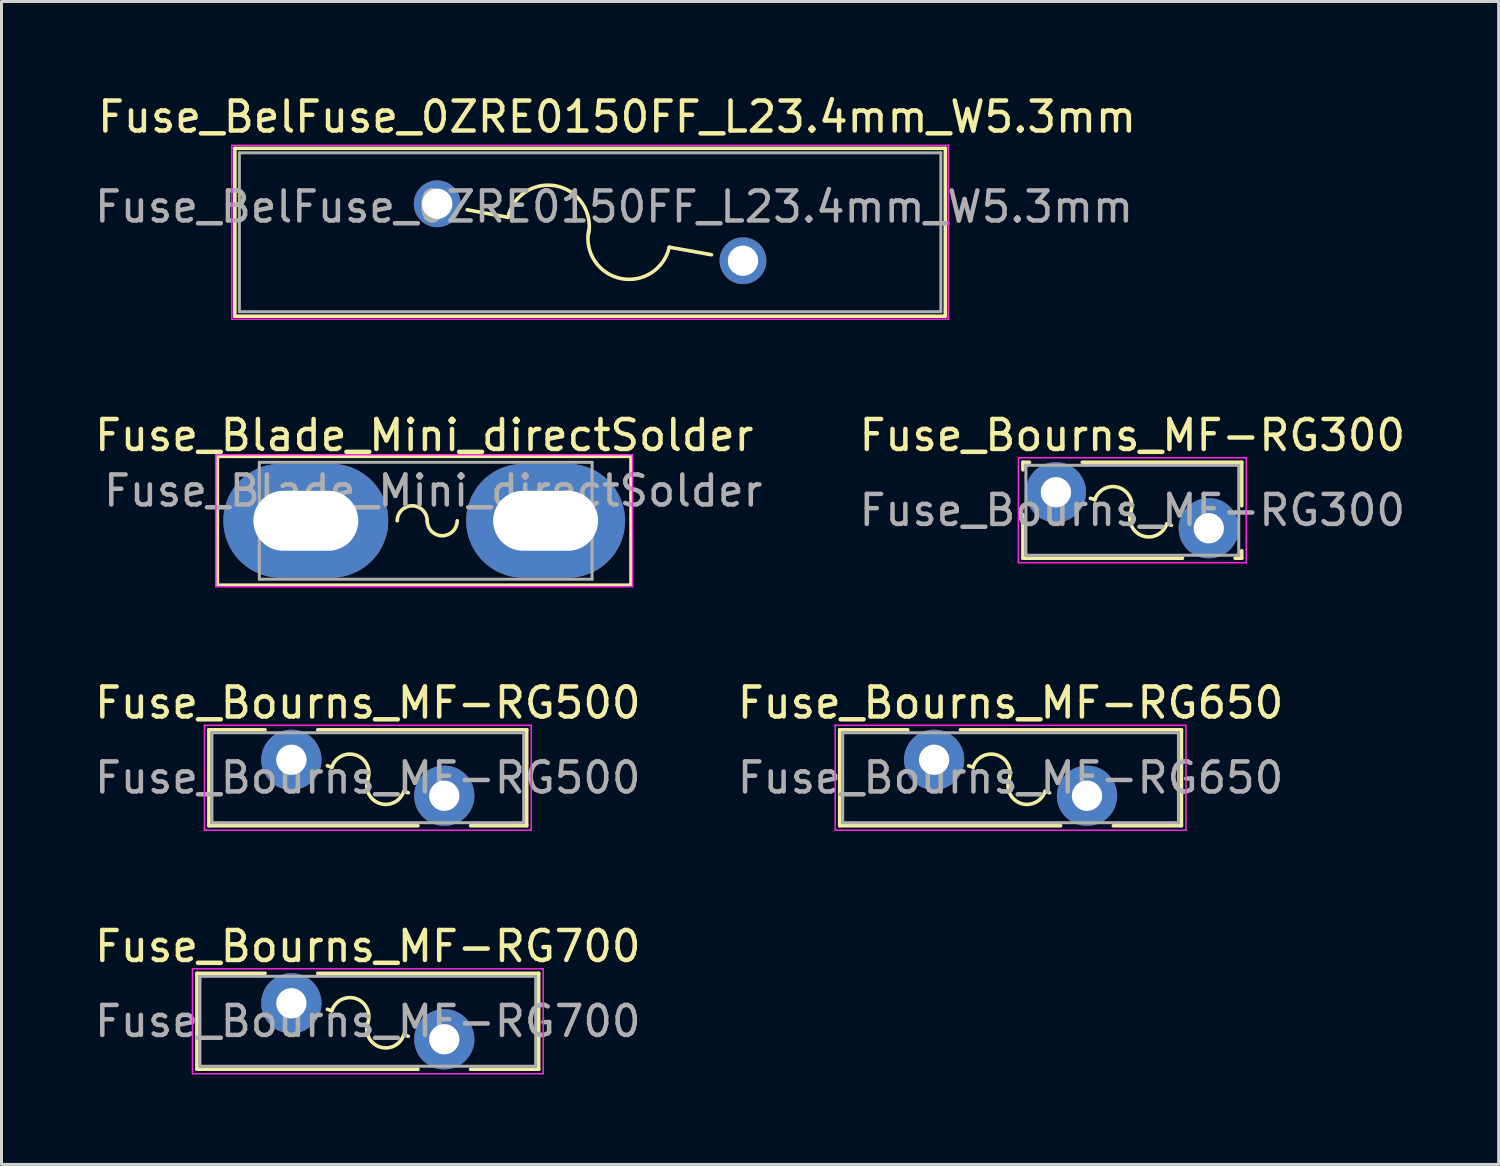
<source format=kicad_pcb>
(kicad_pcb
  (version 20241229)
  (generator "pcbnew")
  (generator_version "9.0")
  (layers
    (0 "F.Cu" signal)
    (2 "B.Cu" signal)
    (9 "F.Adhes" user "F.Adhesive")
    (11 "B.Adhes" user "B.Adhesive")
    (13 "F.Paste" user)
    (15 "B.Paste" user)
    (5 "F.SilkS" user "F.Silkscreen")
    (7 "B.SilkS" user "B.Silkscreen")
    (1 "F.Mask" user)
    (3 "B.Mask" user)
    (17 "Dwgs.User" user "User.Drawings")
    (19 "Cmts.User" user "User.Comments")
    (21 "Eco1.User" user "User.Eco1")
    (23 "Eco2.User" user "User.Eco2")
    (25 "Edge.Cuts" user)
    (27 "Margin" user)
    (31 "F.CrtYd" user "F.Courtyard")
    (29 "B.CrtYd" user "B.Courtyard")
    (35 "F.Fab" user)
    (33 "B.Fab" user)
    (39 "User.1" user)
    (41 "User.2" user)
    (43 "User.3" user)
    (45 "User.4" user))
  (footprint "Fuse_Bourns_MF-RG300"
    (layer "F.Cu")
    (at 32.173 13.371)
    (property "Reference" "Fuse_Bourns_MF-RG300" (at 2.55 -1.9 0) (layer "F.SilkS") (effects (font (size 1 1) (thickness 0.15))))
    (fp_line (start -1.1 -1) (end -1.1 -0.75) (stroke (width 0.12) (type solid)) (layer "F.SilkS"))
    (fp_line (start -1.1 -1) (end -0.879 -1) (stroke (width 0.12) (type solid)) (layer "F.SilkS"))
    (fp_line (start -1.1 0.75) (end -1.1 2.2) (stroke (width 0.12) (type solid)) (layer "F.SilkS"))
    (fp_line (start -1.1 2.2) (end 4.222 2.2) (stroke (width 0.12) (type solid)) (layer "F.SilkS"))
    (fp_line (start 0.879 -1) (end 6.2 -1) (stroke (width 0.12) (type solid)) (layer "F.SilkS"))
    (fp_line (start 1.15 0.2) (end 1.3 0.25) (stroke (width 0.12) (type solid)) (layer "F.SilkS"))
    (fp_line (start 3.7 1.05) (end 3.85 1.1) (stroke (width 0.12) (type solid)) (layer "F.SilkS"))
    (fp_line (start 5.979 2.2) (end 6.2 2.2) (stroke (width 0.12) (type solid)) (layer "F.SilkS"))
    (fp_line (start 6.2 -1) (end 6.2 0.451) (stroke (width 0.12) (type solid)) (layer "F.SilkS"))
    (fp_line (start 6.2 1.95) (end 6.2 2.2) (stroke (width 0.12) (type solid)) (layer "F.SilkS"))
    (fp_arc (start 1.300003 0.250002) (mid 2.100001 -0.149998) (end 2.500001 0.65) (stroke (width 0.12) (type solid)) (layer "F.SilkS"))
    (fp_arc (start 3.699999 1.049998) (mid 2.900001 1.449998) (end 2.500001 0.65) (stroke (width 0.12) (type solid)) (layer "F.SilkS"))
    (fp_line (start -1.25 -1.15) (end -1.25 2.35) (stroke (width 0.05) (type solid)) (layer "F.CrtYd"))
    (fp_line (start -1.25 2.35) (end 6.35 2.35) (stroke (width 0.05) (type solid)) (layer "F.CrtYd"))
    (fp_line (start 6.35 -1.15) (end -1.25 -1.15) (stroke (width 0.05) (type solid)) (layer "F.CrtYd"))
    (fp_line (start 6.35 2.35) (end 6.35 -1.15) (stroke (width 0.05) (type solid)) (layer "F.CrtYd"))
    (fp_line (start -1 -0.9) (end -1 2.1) (stroke (width 0.1) (type solid)) (layer "F.Fab"))
    (fp_line (start -1 2.1) (end 6.1 2.1) (stroke (width 0.1) (type solid)) (layer "F.Fab"))
    (fp_line (start 6.1 -0.9) (end -1 -0.9) (stroke (width 0.1) (type solid)) (layer "F.Fab"))
    (fp_line (start 6.1 2.1) (end 6.1 -0.9) (stroke (width 0.1) (type solid)) (layer "F.Fab"))
    (fp_text user "${REFERENCE}" (at 2.55 0.6 0) (layer "F.Fab") (effects (font (size 1 1) (thickness 0.15))))
    (pad "1" thru_hole circle (at 0 0) (size 2.01 2.01) (drill 1.01) (layers "*.Cu" "*.Mask"))
    (pad "2" thru_hole circle (at 5.1 1.2) (size 2.01 2.01) (drill 1.01) (layers "*.Cu" "*.Mask")))
  (footprint "Fuse_Blade_Mini_directSolder"
    (layer "F.Cu")
    (at 7.151 14.322)
    (property "Reference" "Fuse_Blade_Mini_directSolder" (at 3.95 -2.85 0) (layer "F.SilkS") (effects (font (size 1 1) (thickness 0.15))))
    (fp_rect (start -2.95 -2.15) (end 10.85 2.15) (stroke (width 0.12) (type solid)) (fill no) (layer "F.SilkS"))
    (fp_arc (start 3.05 0) (mid 3.55 -0.5) (end 4.05 0) (stroke (width 0.12) (type solid)) (layer "F.SilkS"))
    (fp_arc (start 5.05 0) (mid 4.55 0.5) (end 4.05 0) (stroke (width 0.12) (type solid)) (layer "F.SilkS"))
    (fp_line (start -3 -2.2) (end -3 2.2) (stroke (width 0.05) (type solid)) (layer "F.CrtYd"))
    (fp_line (start -3 -2.2) (end 10.9 -2.2) (stroke (width 0.05) (type solid)) (layer "F.CrtYd"))
    (fp_line (start 10.9 2.2) (end -3 2.2) (stroke (width 0.05) (type solid)) (layer "F.CrtYd"))
    (fp_line (start 10.9 2.2) (end 10.9 -2.2) (stroke (width 0.05) (type solid)) (layer "F.CrtYd"))
    (fp_line (start -1.55 -1.95) (end 9.55 -1.95) (stroke (width 0.1) (type solid)) (layer "F.Fab"))
    (fp_line (start -1.55 1.95) (end -1.55 -1.95) (stroke (width 0.1) (type solid)) (layer "F.Fab"))
    (fp_line (start 9.55 -1.95) (end 9.55 1.95) (stroke (width 0.1) (type solid)) (layer "F.Fab"))
    (fp_line (start 9.55 1.95) (end -1.55 1.95) (stroke (width 0.1) (type solid)) (layer "F.Fab"))
    (fp_text user "${REFERENCE}" (at 4.25 -1 0) (layer "F.Fab") (effects (font (size 1 1) (thickness 0.15))))
    (pad "1" thru_hole oval (at 0 0) (size 5.5 3.8) (drill oval 3.5 2) (layers "*.Cu" "*.Mask"))
    (pad "2" thru_hole oval (at 8 0) (size 5.3 3.8) (drill oval 3.5 2) (layers "*.Cu" "*.Mask")))
  (footprint "Fuse_BelFuse_0ZRE0150FF_L23.4mm_W5.3mm"
    (layer "F.Cu")
    (at 11.535 3.748)
    (property "Reference" "Fuse_BelFuse_0ZRE0150FF_L23.4mm_W5.3mm" (at 6 -2.9 0) (layer "F.SilkS") (effects (font (size 1 1) (thickness 0.15))))
    (fp_line (start -6.75 -1.85) (end -6.75 3.75) (stroke (width 0.12) (type solid)) (layer "F.SilkS"))
    (fp_line (start -6.75 -1.85) (end 16.95 -1.85) (stroke (width 0.12) (type solid)) (layer "F.SilkS"))
    (fp_line (start -6.75 3.75) (end 16.95 3.75) (stroke (width 0.12) (type solid)) (layer "F.SilkS"))
    (fp_line (start 1 0.2) (end 2.36 0.452) (stroke (width 0.12) (type solid)) (layer "F.SilkS"))
    (fp_line (start 7.74 1.448) (end 9.15 1.7) (stroke (width 0.12) (type solid)) (layer "F.SilkS"))
    (fp_line (start 16.95 -1.85) (end 16.95 3.75) (stroke (width 0.12) (type solid)) (layer "F.SilkS"))
    (fp_arc (start 2.359742 0.452167) (mid 3.97396 -0.59534) (end 5.049999 1) (stroke (width 0.12) (type solid)) (layer "F.SilkS"))
    (fp_arc (start 7.740258 1.447834) (mid 6.12604 2.495341) (end 5.050001 0.900001) (stroke (width 0.12) (type solid)) (layer "F.SilkS"))
    (fp_line (start -6.85 -1.95) (end -6.85 3.85) (stroke (width 0.05) (type solid)) (layer "F.CrtYd"))
    (fp_line (start -6.85 -1.95) (end 17.05 -1.95) (stroke (width 0.05) (type solid)) (layer "F.CrtYd"))
    (fp_line (start -6.85 3.85) (end 17.05 3.85) (stroke (width 0.05) (type solid)) (layer "F.CrtYd"))
    (fp_line (start 17.05 -1.95) (end 17.05 3.85) (stroke (width 0.05) (type solid)) (layer "F.CrtYd"))
    (fp_line (start -6.6 -1.7) (end -6.6 3.6) (stroke (width 0.1) (type solid)) (layer "F.Fab"))
    (fp_line (start -6.6 -1.7) (end 16.8 -1.7) (stroke (width 0.1) (type solid)) (layer "F.Fab"))
    (fp_line (start -6.6 3.6) (end 16.8 3.6) (stroke (width 0.1) (type solid)) (layer "F.Fab"))
    (fp_line (start 16.8 -1.7) (end 16.8 3.6) (stroke (width 0.1) (type solid)) (layer "F.Fab"))
    (fp_text user "${REFERENCE}" (at 5.9 0.1 0) (layer "F.Fab") (effects (font (size 1 1) (thickness 0.15))))
    (pad "1" thru_hole circle (at 0 0) (size 1.56 1.56) (drill 1.01) (layers "*.Cu" "*.Mask"))
    (pad "2" thru_hole circle (at 10.2 1.9) (size 1.56 1.56) (drill 1.01) (layers "*.Cu" "*.Mask")))
  (footprint "Fuse_Bourns_MF-RG700"
    (layer "F.Cu")
    (at 6.67 30.418)
    (property "Reference" "Fuse_Bourns_MF-RG700" (at 2.55 -1.9 0) (layer "F.SilkS") (effects (font (size 1 1) (thickness 0.15))))
    (fp_line (start -3.15 -1) (end -3.15 2.2) (stroke (width 0.12) (type solid)) (layer "F.SilkS"))
    (fp_line (start -3.15 -1) (end -0.879 -1) (stroke (width 0.12) (type solid)) (layer "F.SilkS"))
    (fp_line (start -3.15 2.2) (end 4.222 2.2) (stroke (width 0.12) (type solid)) (layer "F.SilkS"))
    (fp_line (start 0.879 -1) (end 8.25 -1) (stroke (width 0.12) (type solid)) (layer "F.SilkS"))
    (fp_line (start 1.2 0.2) (end 1.35 0.25) (stroke (width 0.12) (type solid)) (layer "F.SilkS"))
    (fp_line (start 3.75 1.05) (end 3.9 1.1) (stroke (width 0.12) (type solid)) (layer "F.SilkS"))
    (fp_line (start 5.979 2.2) (end 8.25 2.2) (stroke (width 0.12) (type solid)) (layer "F.SilkS"))
    (fp_line (start 8.25 -1) (end 8.25 2.2) (stroke (width 0.12) (type solid)) (layer "F.SilkS"))
    (fp_arc (start 1.350003 0.250002) (mid 2.150001 -0.149998) (end 2.550001 0.65) (stroke (width 0.12) (type solid)) (layer "F.SilkS"))
    (fp_arc (start 3.749999 1.049998) (mid 2.950001 1.449998) (end 2.550001 0.65) (stroke (width 0.12) (type solid)) (layer "F.SilkS"))
    (fp_line (start -3.3 -1.15) (end -3.3 2.35) (stroke (width 0.05) (type solid)) (layer "F.CrtYd"))
    (fp_line (start -3.3 2.35) (end 8.4 2.35) (stroke (width 0.05) (type solid)) (layer "F.CrtYd"))
    (fp_line (start 8.4 -1.15) (end -3.3 -1.15) (stroke (width 0.05) (type solid)) (layer "F.CrtYd"))
    (fp_line (start 8.4 2.35) (end 8.4 -1.15) (stroke (width 0.05) (type solid)) (layer "F.CrtYd"))
    (fp_line (start -3.05 -0.9) (end -3.05 2.1) (stroke (width 0.1) (type solid)) (layer "F.Fab"))
    (fp_line (start -3.05 2.1) (end 8.15 2.1) (stroke (width 0.1) (type solid)) (layer "F.Fab"))
    (fp_line (start 8.15 -0.9) (end -3.05 -0.9) (stroke (width 0.1) (type solid)) (layer "F.Fab"))
    (fp_line (start 8.15 2.1) (end 8.15 -0.9) (stroke (width 0.1) (type solid)) (layer "F.Fab"))
    (fp_text user "${REFERENCE}" (at 2.55 0.6 0) (layer "F.Fab") (effects (font (size 1 1) (thickness 0.15))))
    (pad "1" thru_hole circle (at 0 0) (size 2.01 2.01) (drill 1.01) (layers "*.Cu" "*.Mask"))
    (pad "2" thru_hole circle (at 5.1 1.2) (size 2.01 2.01) (drill 1.01) (layers "*.Cu" "*.Mask")))
  (footprint "Fuse_Bourns_MF-RG650"
    (layer "F.Cu")
    (at 28.111 22.295)
    (property "Reference" "Fuse_Bourns_MF-RG650" (at 2.55 -1.9 0) (layer "F.SilkS") (effects (font (size 1 1) (thickness 0.15))))
    (fp_line (start -3.15 -1) (end -3.15 2.2) (stroke (width 0.12) (type solid)) (layer "F.SilkS"))
    (fp_line (start -3.15 -1) (end -0.879 -1) (stroke (width 0.12) (type solid)) (layer "F.SilkS"))
    (fp_line (start -3.15 2.2) (end 4.222 2.2) (stroke (width 0.12) (type solid)) (layer "F.SilkS"))
    (fp_line (start 0.879 -1) (end 8.25 -1) (stroke (width 0.12) (type solid)) (layer "F.SilkS"))
    (fp_line (start 1.15 0.2) (end 1.3 0.25) (stroke (width 0.12) (type solid)) (layer "F.SilkS"))
    (fp_line (start 3.7 1.05) (end 3.85 1.1) (stroke (width 0.12) (type solid)) (layer "F.SilkS"))
    (fp_line (start 5.979 2.2) (end 8.25 2.2) (stroke (width 0.12) (type solid)) (layer "F.SilkS"))
    (fp_line (start 8.25 -1) (end 8.25 2.2) (stroke (width 0.12) (type solid)) (layer "F.SilkS"))
    (fp_arc (start 1.300003 0.250002) (mid 2.100001 -0.149998) (end 2.500001 0.65) (stroke (width 0.12) (type solid)) (layer "F.SilkS"))
    (fp_arc (start 3.699999 1.049998) (mid 2.900001 1.449998) (end 2.500001 0.65) (stroke (width 0.12) (type solid)) (layer "F.SilkS"))
    (fp_line (start -3.3 -1.15) (end -3.3 2.35) (stroke (width 0.05) (type solid)) (layer "F.CrtYd"))
    (fp_line (start -3.3 2.35) (end 8.4 2.35) (stroke (width 0.05) (type solid)) (layer "F.CrtYd"))
    (fp_line (start 8.4 -1.15) (end -3.3 -1.15) (stroke (width 0.05) (type solid)) (layer "F.CrtYd"))
    (fp_line (start 8.4 2.35) (end 8.4 -1.15) (stroke (width 0.05) (type solid)) (layer "F.CrtYd"))
    (fp_line (start -3.05 -0.9) (end -3.05 2.1) (stroke (width 0.1) (type solid)) (layer "F.Fab"))
    (fp_line (start -3.05 2.1) (end 8.15 2.1) (stroke (width 0.1) (type solid)) (layer "F.Fab"))
    (fp_line (start 8.15 -0.9) (end -3.05 -0.9) (stroke (width 0.1) (type solid)) (layer "F.Fab"))
    (fp_line (start 8.15 2.1) (end 8.15 -0.9) (stroke (width 0.1) (type solid)) (layer "F.Fab"))
    (fp_text user "${REFERENCE}" (at 2.55 0.6 0) (layer "F.Fab") (effects (font (size 1 1) (thickness 0.15))))
    (pad "1" thru_hole circle (at 0 0) (size 2.01 2.01) (drill 1.01) (layers "*.Cu" "*.Mask"))
    (pad "2" thru_hole circle (at 5.1 1.2) (size 2.01 2.01) (drill 1.01) (layers "*.Cu" "*.Mask")))
  (footprint "Fuse_Bourns_MF-RG500"
    (layer "F.Cu")
    (at 6.67 22.295)
    (property "Reference" "Fuse_Bourns_MF-RG500" (at 2.55 -1.9 0) (layer "F.SilkS") (effects (font (size 1 1) (thickness 0.15))))
    (fp_line (start -2.751 -1) (end -2.751 2.2) (stroke (width 0.12) (type solid)) (layer "F.SilkS"))
    (fp_line (start -2.751 -1) (end -0.879 -1) (stroke (width 0.12) (type solid)) (layer "F.SilkS"))
    (fp_line (start -2.751 2.2) (end 4.222 2.2) (stroke (width 0.12) (type solid)) (layer "F.SilkS"))
    (fp_line (start 0.879 -1) (end 7.85 -1) (stroke (width 0.12) (type solid)) (layer "F.SilkS"))
    (fp_line (start 1.2 0.2) (end 1.35 0.25) (stroke (width 0.12) (type solid)) (layer "F.SilkS"))
    (fp_line (start 3.75 1.05) (end 3.9 1.1) (stroke (width 0.12) (type solid)) (layer "F.SilkS"))
    (fp_line (start 5.979 2.2) (end 7.85 2.2) (stroke (width 0.12) (type solid)) (layer "F.SilkS"))
    (fp_line (start 7.85 -1) (end 7.85 2.2) (stroke (width 0.12) (type solid)) (layer "F.SilkS"))
    (fp_arc (start 1.350003 0.250002) (mid 2.150001 -0.149998) (end 2.550001 0.65) (stroke (width 0.12) (type solid)) (layer "F.SilkS"))
    (fp_arc (start 3.749999 1.049998) (mid 2.950001 1.449998) (end 2.550001 0.65) (stroke (width 0.12) (type solid)) (layer "F.SilkS"))
    (fp_line (start -2.9 -1.15) (end -2.9 2.35) (stroke (width 0.05) (type solid)) (layer "F.CrtYd"))
    (fp_line (start -2.9 2.35) (end 8 2.35) (stroke (width 0.05) (type solid)) (layer "F.CrtYd"))
    (fp_line (start 8 -1.15) (end -2.9 -1.15) (stroke (width 0.05) (type solid)) (layer "F.CrtYd"))
    (fp_line (start 8 2.35) (end 8 -1.15) (stroke (width 0.05) (type solid)) (layer "F.CrtYd"))
    (fp_line (start -2.65 -0.9) (end -2.65 2.1) (stroke (width 0.1) (type solid)) (layer "F.Fab"))
    (fp_line (start -2.65 2.1) (end 7.75 2.1) (stroke (width 0.1) (type solid)) (layer "F.Fab"))
    (fp_line (start 7.75 -0.9) (end -2.65 -0.9) (stroke (width 0.1) (type solid)) (layer "F.Fab"))
    (fp_line (start 7.75 2.1) (end 7.75 -0.9) (stroke (width 0.1) (type solid)) (layer "F.Fab"))
    (fp_text user "${REFERENCE}" (at 2.55 0.6 0) (layer "F.Fab") (effects (font (size 1 1) (thickness 0.15))))
    (pad "1" thru_hole circle (at 0 0) (size 2.01 2.01) (drill 1.01) (layers "*.Cu" "*.Mask"))
    (pad "2" thru_hole circle (at 5.1 1.2) (size 2.01 2.01) (drill 1.01) (layers "*.Cu" "*.Mask")))
  (gr_rect
    (start -3 -3)
    (end 46.943 35.793)
    (stroke (width 0.1) (type default))
    (fill no)
    (layer "Edge.Cuts")))
</source>
